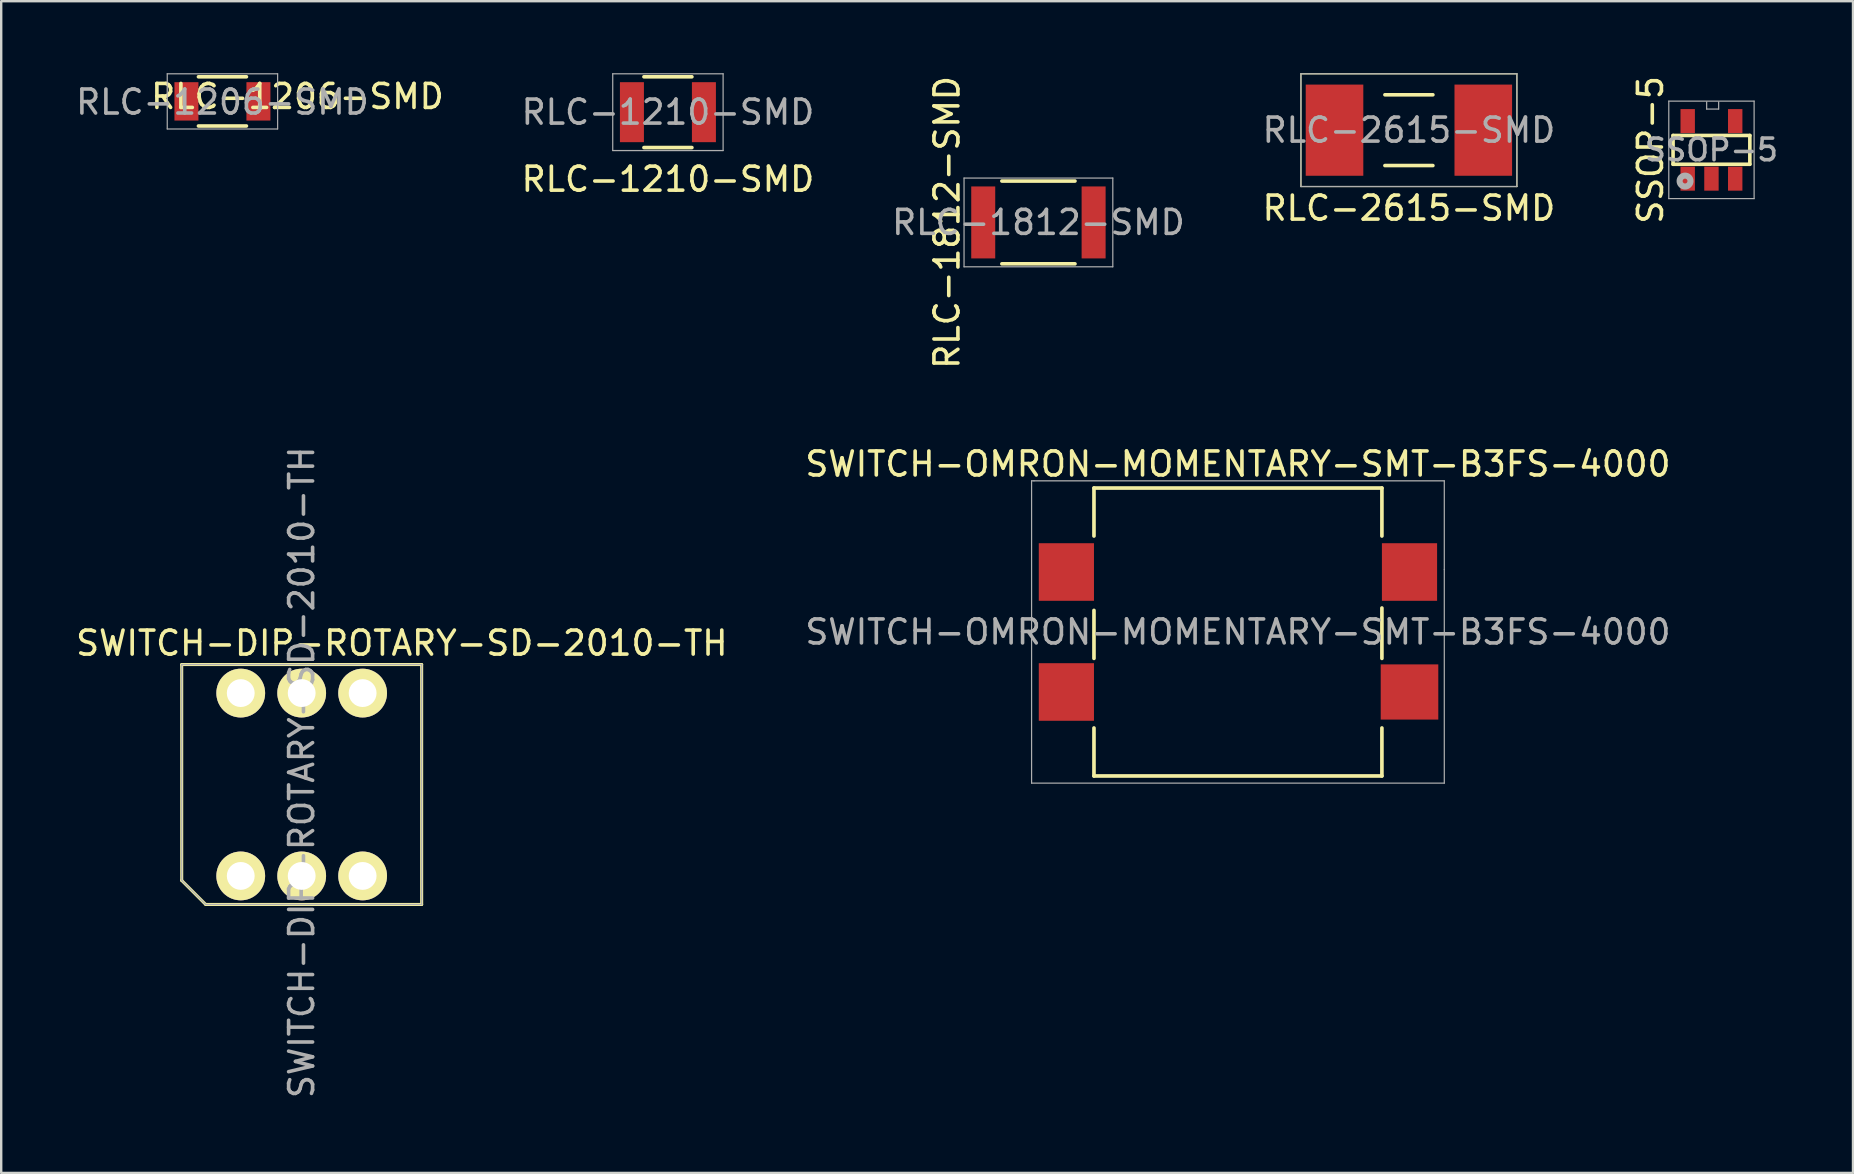
<source format=kicad_pcb>
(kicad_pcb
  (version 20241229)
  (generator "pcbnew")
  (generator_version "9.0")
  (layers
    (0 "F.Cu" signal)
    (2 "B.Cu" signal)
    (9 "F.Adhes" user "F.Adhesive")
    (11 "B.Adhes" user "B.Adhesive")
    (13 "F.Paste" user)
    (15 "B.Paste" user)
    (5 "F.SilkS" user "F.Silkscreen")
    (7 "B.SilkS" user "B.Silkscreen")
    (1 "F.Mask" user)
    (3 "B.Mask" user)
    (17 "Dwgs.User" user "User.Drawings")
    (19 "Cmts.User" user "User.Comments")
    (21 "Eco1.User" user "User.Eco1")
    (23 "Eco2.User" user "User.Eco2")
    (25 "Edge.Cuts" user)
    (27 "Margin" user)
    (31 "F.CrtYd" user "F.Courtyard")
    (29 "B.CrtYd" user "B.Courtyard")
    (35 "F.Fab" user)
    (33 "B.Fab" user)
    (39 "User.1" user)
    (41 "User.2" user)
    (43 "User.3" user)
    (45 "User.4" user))
  (footprint "RLC-1206-SMD"
    (layer "F.Cu")
    (at 6.22 1.175)
    (property "Reference" "RLC-1206-SMD" (at 3.126 -0.203 0) (layer "F.SilkS") (effects (font (size 1 1) (thickness 0.15))))
    (attr smd)
    (fp_line (start -1 1.025) (end 1 1.025) (stroke (width 0.15) (type solid)) (layer "F.SilkS"))
    (fp_line (start 1 -1.025) (end -1 -1.025) (stroke (width 0.15) (type solid)) (layer "F.SilkS"))
    (fp_line (start -2.3 -1.15) (end -2.3 1.15) (stroke (width 0.05) (type solid)) (layer "F.Fab"))
    (fp_line (start -2.3 -1.15) (end 2.3 -1.15) (stroke (width 0.05) (type solid)) (layer "F.Fab"))
    (fp_line (start -2.3 1.15) (end 2.3 1.15) (stroke (width 0.05) (type solid)) (layer "F.Fab"))
    (fp_line (start 2.3 -1.15) (end 2.3 1.15) (stroke (width 0.05) (type solid)) (layer "F.Fab"))
    (fp_text user "${REFERENCE}" (at 0 0.03 0) (layer "F.Fab") (effects (font (size 1 1) (thickness 0.15))))
    (pad "1" smd rect (at -1.5 0) (size 1 1.6) (layers "F.Cu" "F.Mask" "F.Paste"))
    (pad "2" smd rect (at 1.5 0) (size 1 1.6) (layers "F.Cu" "F.Mask" "F.Paste")))
  (footprint "RLC-1210-SMD"
    (layer "F.Cu")
    (at 24.786 1.625)
    (property "Reference" "RLC-1210-SMD" (at 0 0 0) (layer "F.Fab") (effects (font (size 1 1) (thickness 0.15))))
    (attr smd)
    (fp_line (start -1 1.475) (end 1 1.475) (stroke (width 0.15) (type solid)) (layer "F.SilkS"))
    (fp_line (start 1 -1.475) (end -1 -1.475) (stroke (width 0.15) (type solid)) (layer "F.SilkS"))
    (fp_line (start -2.3 -1.6) (end -2.3 1.6) (stroke (width 0.05) (type solid)) (layer "F.Fab"))
    (fp_line (start -2.3 -1.6) (end 2.3 -1.6) (stroke (width 0.05) (type solid)) (layer "F.Fab"))
    (fp_line (start -2.3 1.6) (end 2.3 1.6) (stroke (width 0.05) (type solid)) (layer "F.Fab"))
    (fp_line (start 2.3 -1.6) (end 2.3 1.6) (stroke (width 0.05) (type solid)) (layer "F.Fab"))
    (fp_text user "${REFERENCE}" (at 0 2.794 0) (layer "F.SilkS") (effects (font (size 1 1) (thickness 0.15))))
    (pad "1" smd rect (at -1.5 0) (size 1 2.5) (layers "F.Cu" "F.Mask" "F.Paste"))
    (pad "2" smd rect (at 1.5 0) (size 1 2.5) (layers "F.Cu" "F.Mask" "F.Paste")))
  (footprint "RLC-1812-SMD"
    (layer "F.Cu")
    (at 40.227 6.22)
    (property "Reference" "RLC-1812-SMD" (at 0 0 0) (layer "F.Fab") (effects (font (size 1 1) (thickness 0.15))))
    (attr smd)
    (fp_line (start -1.524 1.725) (end 1.524 1.725) (stroke (width 0.15) (type solid)) (layer "F.SilkS"))
    (fp_line (start 1.524 -1.725) (end -1.524 -1.725) (stroke (width 0.15) (type solid)) (layer "F.SilkS"))
    (fp_line (start -3.1 -1.85) (end -3.1 1.85) (stroke (width 0.05) (type solid)) (layer "F.Fab"))
    (fp_line (start -3.1 -1.85) (end 3.1 -1.85) (stroke (width 0.05) (type solid)) (layer "F.Fab"))
    (fp_line (start -3.1 1.85) (end 3.1 1.85) (stroke (width 0.05) (type solid)) (layer "F.Fab"))
    (fp_line (start 3.1 -1.85) (end 3.1 1.85) (stroke (width 0.05) (type solid)) (layer "F.Fab"))
    (fp_text user "${REFERENCE}" (at -3.81 0 90) (layer "F.SilkS") (effects (font (size 1 1) (thickness 0.15))))
    (pad "1" smd rect (at -2.3 0) (size 1 3) (layers "F.Cu" "F.Mask" "F.Paste"))
    (pad "2" smd rect (at 2.3 0) (size 1 3) (layers "F.Cu" "F.Mask" "F.Paste")))
  (footprint "SWITCH-OMRON-MOMENTARY-SMT-B3FS-4000"
    (layer "F.Cu")
    (at 48.542 23.289)
    (property "Reference" "SWITCH-OMRON-MOMENTARY-SMT-B3FS-4000" (at 0 0 0) (layer "F.Fab") (effects (font (size 1 1) (thickness 0.15))))
    (attr through_hole)
    (fp_line (start -6 -6) (end -6 -4) (stroke (width 0.152) (type solid)) (layer "F.SilkS"))
    (fp_line (start -6 -6) (end 6 -6) (stroke (width 0.152) (type solid)) (layer "F.SilkS"))
    (fp_line (start -6 -0.9) (end -6 1.1) (stroke (width 0.152) (type solid)) (layer "F.SilkS"))
    (fp_line (start -6 4) (end -6 6) (stroke (width 0.152) (type solid)) (layer "F.SilkS"))
    (fp_line (start -6 6) (end 6 6) (stroke (width 0.152) (type solid)) (layer "F.SilkS"))
    (fp_line (start 6 -6) (end 6 -4) (stroke (width 0.152) (type solid)) (layer "F.SilkS"))
    (fp_line (start 6 -1) (end 6 1.1) (stroke (width 0.152) (type solid)) (layer "F.SilkS"))
    (fp_line (start 6 6) (end 6 4) (stroke (width 0.152) (type solid)) (layer "F.SilkS"))
    (fp_line (start -8.6 -6.3) (end -8.6 6.3) (stroke (width 0.05) (type solid)) (layer "F.Fab"))
    (fp_line (start -8.6 6.3) (end 8.6 6.3) (stroke (width 0.05) (type solid)) (layer "F.Fab"))
    (fp_line (start -8.5 -6.3) (end -8.6 -6.3) (stroke (width 0.05) (type solid)) (layer "F.Fab"))
    (fp_line (start 8.6 -6.3) (end -8.5 -6.3) (stroke (width 0.05) (type solid)) (layer "F.Fab"))
    (fp_line (start 8.6 -2.6) (end 8.6 -6.3) (stroke (width 0.05) (type solid)) (layer "F.Fab"))
    (fp_line (start 8.6 6.3) (end 8.6 -2.6) (stroke (width 0.05) (type solid)) (layer "F.Fab"))
    (fp_text user "${REFERENCE}" (at 0 -7 0) (layer "F.SilkS") (effects (font (size 1 1) (thickness 0.15))))
    (pad "1" smd rect (at 7.15 2.5) (size 2.4 2.3) (layers "F.Cu" "F.Mask" "F.Paste"))
    (pad "2" smd rect (at -7.15 2.5) (size 2.3 2.4) (layers "F.Cu" "F.Mask" "F.Paste"))
    (pad "3" smd rect (at 7.15 -2.5) (size 2.3 2.4) (layers "F.Cu" "F.Mask" "F.Paste"))
    (pad "4" smd rect (at -7.15 -2.5) (size 2.3 2.4) (layers "F.Cu" "F.Mask" "F.Paste")))
  (footprint "SWITCH-DIP-ROTARY-SD-2010-TH"
    (layer "F.Cu")
    (at 9.366 29.253)
    (property "Reference" "SWITCH-DIP-ROTARY-SD-2010-TH" (at 0.157 -0.116 270) (layer "F.Fab") (effects (font (size 1 1) (thickness 0.15))))
    (attr through_hole)
    (fp_line (start -4.843 -4.608) (end -4.843 4.392) (stroke (width 0.127) (type solid)) (layer "F.SilkS"))
    (fp_line (start -3.843 5.392) (end -4.843 4.392) (stroke (width 0.127) (type solid)) (layer "F.SilkS"))
    (fp_line (start -3.843 5.392) (end 5.157 5.392) (stroke (width 0.127) (type solid)) (layer "F.SilkS"))
    (fp_line (start 5.157 -4.608) (end -4.843 -4.608) (stroke (width 0.127) (type solid)) (layer "F.SilkS"))
    (fp_line (start 5.157 5.392) (end 5.157 -4.608) (stroke (width 0.127) (type solid)) (layer "F.SilkS"))
    (fp_line (start -4.843 -4.608) (end 5.157 -4.608) (stroke (width 0.051) (type solid)) (layer "F.Fab"))
    (fp_line (start -4.843 4.392) (end -4.843 -4.608) (stroke (width 0.051) (type solid)) (layer "F.Fab"))
    (fp_line (start -3.843 5.392) (end -4.843 4.392) (stroke (width 0.051) (type solid)) (layer "F.Fab"))
    (fp_line (start 5.157 -4.608) (end 5.157 5.392) (stroke (width 0.051) (type solid)) (layer "F.Fab"))
    (fp_line (start 5.157 5.392) (end -3.843 5.392) (stroke (width 0.051) (type solid)) (layer "F.Fab"))
    (fp_circle (center -2.383 4.202) (end -2.129 3.948) (stroke (width 0.2) (type solid)) (fill no) (layer "F.Fab"))
    (fp_text user "${REFERENCE}" (at 4.331 -5.499 180) (layer "F.SilkS") (effects (font (size 1 1) (thickness 0.15))))
    (pad "1" thru_hole circle (at -2.383 4.202 90) (size 2.032 2.032) (drill 1.16) (layers "*.Cu" "*.Mask" "F.SilkS"))
    (pad "2" thru_hole circle (at 2.697 -3.418 90) (size 2.032 2.032) (drill 1.16) (layers "*.Cu" "*.Mask" "F.SilkS"))
    (pad "4" thru_hole circle (at 2.697 4.202 90) (size 2.032 2.032) (drill 1.16) (layers "*.Cu" "*.Mask" "F.SilkS"))
    (pad "8" thru_hole circle (at -2.383 -3.418 90) (size 2.032 2.032) (drill 1.16) (layers "*.Cu" "*.Mask" "F.SilkS"))
    (pad "C" thru_hole circle (at 0.157 -3.418 90) (size 2.032 2.032) (drill 1.16) (layers "*.Cu" "*.Mask" "F.SilkS"))
    (pad "C" thru_hole circle (at 0.157 4.202 90) (size 2.032 2.032) (drill 1.16) (layers "*.Cu" "*.Mask" "F.SilkS")))
  (footprint "RLC-2615-SMD"
    (layer "F.Cu")
    (at 55.667 2.375)
    (property "Reference" "RLC-2615-SMD" (at 0 0 0) (layer "F.Fab") (effects (font (size 1 1) (thickness 0.15))))
    (attr smd)
    (fp_line (start -4.5 -2.35) (end 4.5 -2.35) (stroke (width 0.05) (type solid)) (layer "F.SilkS"))
    (fp_line (start -4.5 2.35) (end -4.5 -2.35) (stroke (width 0.05) (type solid)) (layer "F.SilkS"))
    (fp_line (start -4.5 2.35) (end 4.5 2.35) (stroke (width 0.05) (type solid)) (layer "F.SilkS"))
    (fp_line (start -1 1.475) (end 1 1.475) (stroke (width 0.15) (type solid)) (layer "F.SilkS"))
    (fp_line (start 1 -1.475) (end -1 -1.475) (stroke (width 0.15) (type solid)) (layer "F.SilkS"))
    (fp_line (start 4.5 2.35) (end 4.5 -2.35) (stroke (width 0.05) (type solid)) (layer "F.SilkS"))
    (fp_line (start -4.5 -2.35) (end 4.5 -2.35) (stroke (width 0.05) (type solid)) (layer "F.Fab"))
    (fp_line (start -4.5 2.35) (end -4.5 -2.35) (stroke (width 0.05) (type solid)) (layer "F.Fab"))
    (fp_line (start -4.5 2.35) (end 4.5 2.35) (stroke (width 0.05) (type solid)) (layer "F.Fab"))
    (fp_line (start 4.5 2.35) (end 4.5 -2.35) (stroke (width 0.05) (type solid)) (layer "F.Fab"))
    (fp_text user "${REFERENCE}" (at 0 3.25 0) (layer "F.SilkS") (effects (font (size 1 1) (thickness 0.15))))
    (pad "1" smd rect (at -3.1 0) (size 2.4 3.8) (layers "F.Cu" "F.Mask" "F.Paste"))
    (pad "2" smd rect (at 3.1 0) (size 2.4 3.8) (layers "F.Cu" "F.Mask" "F.Paste")))
  (footprint "SSOP-5"
    (layer "F.Cu")
    (at 68.276 3.196)
    (property "Reference" "SSOP-5" (at 0 0 0) (layer "F.Fab") (effects (font (size 0.9 0.9) (thickness 0.15))))
    (attr through_hole)
    (fp_line (start -1.6 -0.6) (end -1.6 0.6) (stroke (width 0.15) (type solid)) (layer "F.SilkS"))
    (fp_line (start -1.6 0.6) (end 1.6 0.6) (stroke (width 0.15) (type solid)) (layer "F.SilkS"))
    (fp_line (start 1.6 -0.6) (end -1.6 -0.6) (stroke (width 0.15) (type solid)) (layer "F.SilkS"))
    (fp_line (start 1.6 0.6) (end 1.6 -0.6) (stroke (width 0.15) (type solid)) (layer "F.SilkS"))
    (fp_line (start -1.778 -2.032) (end -1.778 2.032) (stroke (width 0.05) (type solid)) (layer "F.Fab"))
    (fp_line (start -1.778 2.032) (end 1.778 2.032) (stroke (width 0.05) (type solid)) (layer "F.Fab"))
    (fp_line (start -0.2 -2) (end -0.2 -1.7) (stroke (width 0.05) (type solid)) (layer "F.Fab"))
    (fp_line (start -0.2 -1.7) (end 0.3 -1.7) (stroke (width 0.05) (type solid)) (layer "F.Fab"))
    (fp_line (start 0.3 -1.7) (end 0.3 -2) (stroke (width 0.05) (type solid)) (layer "F.Fab"))
    (fp_line (start 1.778 -2.032) (end -1.778 -2.032) (stroke (width 0.05) (type solid)) (layer "F.Fab"))
    (fp_line (start 1.778 2.032) (end 1.778 -2.032) (stroke (width 0.05) (type solid)) (layer "F.Fab"))
    (fp_circle (center -1.1 1.3) (end -1.1 1.2) (stroke (width 0.254) (type solid)) (fill no) (layer "F.Fab"))
    (fp_text user "${REFERENCE}" (at -2.54 0 90) (layer "F.SilkS") (effects (font (size 1 1) (thickness 0.15))))
    (pad "1" smd rect (at -0.99 1.2) (size 0.6 1) (layers "F.Cu" "F.Mask" "F.Paste"))
    (pad "2" smd rect (at 0 1.2) (size 0.6 1) (layers "F.Cu" "F.Mask" "F.Paste"))
    (pad "3" smd rect (at 0.99 1.2) (size 0.6 1) (layers "F.Cu" "F.Mask" "F.Paste"))
    (pad "4" smd rect (at 0.99 -1.2) (size 0.6 1) (layers "F.Cu" "F.Mask" "F.Paste"))
    (pad "5" smd rect (at -0.99 -1.2) (size 0.6 1) (layers "F.Cu" "F.Mask" "F.Paste")))
  (gr_rect
    (start -3 -3)
    (end 74.175 45.833)
    (stroke (width 0.1) (type default))
    (fill no)
    (layer "Edge.Cuts")))
</source>
